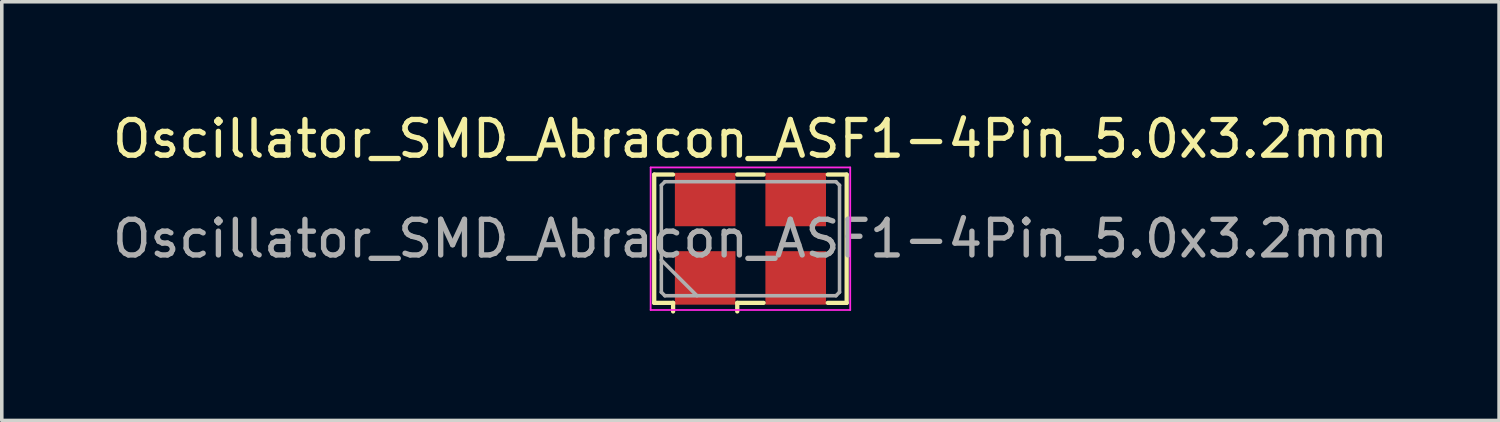
<source format=kicad_pcb>
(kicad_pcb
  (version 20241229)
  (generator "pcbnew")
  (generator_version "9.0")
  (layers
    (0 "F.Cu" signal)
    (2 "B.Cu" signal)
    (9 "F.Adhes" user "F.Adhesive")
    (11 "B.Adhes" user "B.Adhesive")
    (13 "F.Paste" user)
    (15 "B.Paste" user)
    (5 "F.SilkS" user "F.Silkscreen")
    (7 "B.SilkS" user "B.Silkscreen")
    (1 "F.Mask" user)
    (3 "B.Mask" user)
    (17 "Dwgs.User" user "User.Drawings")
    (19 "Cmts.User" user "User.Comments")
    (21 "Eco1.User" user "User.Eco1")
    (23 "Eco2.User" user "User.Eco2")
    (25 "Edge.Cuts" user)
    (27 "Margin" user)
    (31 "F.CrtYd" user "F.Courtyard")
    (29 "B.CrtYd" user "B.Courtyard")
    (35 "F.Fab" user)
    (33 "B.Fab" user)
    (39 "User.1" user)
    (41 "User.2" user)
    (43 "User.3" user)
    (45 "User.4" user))
  (footprint "Oscillator_SMD_Abracon_ASF1-4Pin_5.0x3.2mm"
    (layer "F.Cu")
    (at 18.006 3.648)
    (property "Reference" "Oscillator_SMD_Abracon_ASF1-4Pin_5.0x3.2mm" (at 0 -2.8 0) (layer "F.SilkS") (effects (font (size 1 1) (thickness 0.15))))
    (attr smd)
    (fp_line (start -2.7 -1.8) (end -2.17 -1.8) (stroke (width 0.12) (type solid)) (layer "F.SilkS"))
    (fp_line (start -2.7 1.8) (end -2.7 -1.8) (stroke (width 0.12) (type solid)) (layer "F.SilkS"))
    (fp_line (start -2.17 1.8) (end -2.7 1.8) (stroke (width 0.12) (type solid)) (layer "F.SilkS"))
    (fp_line (start -2.17 2.04) (end -2.17 1.8) (stroke (width 0.12) (type solid)) (layer "F.SilkS"))
    (fp_line (start -0.37 -1.8) (end 0.37 -1.8) (stroke (width 0.12) (type solid)) (layer "F.SilkS"))
    (fp_line (start -0.37 1.8) (end -0.37 2.04) (stroke (width 0.12) (type solid)) (layer "F.SilkS"))
    (fp_line (start 0.37 1.8) (end -0.37 1.8) (stroke (width 0.12) (type solid)) (layer "F.SilkS"))
    (fp_line (start 2.17 -1.8) (end 2.7 -1.8) (stroke (width 0.12) (type solid)) (layer "F.SilkS"))
    (fp_line (start 2.7 -1.8) (end 2.7 1.8) (stroke (width 0.12) (type solid)) (layer "F.SilkS"))
    (fp_line (start 2.7 1.8) (end 2.17 1.8) (stroke (width 0.12) (type solid)) (layer "F.SilkS"))
    (fp_line (start -2.8 -2) (end -2.8 2) (stroke (width 0.05) (type solid)) (layer "F.CrtYd"))
    (fp_line (start -2.8 2) (end 2.8 2) (stroke (width 0.05) (type solid)) (layer "F.CrtYd"))
    (fp_line (start 2.8 -2) (end -2.8 -2) (stroke (width 0.05) (type solid)) (layer "F.CrtYd"))
    (fp_line (start 2.8 2) (end 2.8 -2) (stroke (width 0.05) (type solid)) (layer "F.CrtYd"))
    (fp_line (start -2.5 -1.5) (end -2.4 -1.6) (stroke (width 0.1) (type solid)) (layer "F.Fab"))
    (fp_line (start -2.5 0.6) (end -1.5 1.6) (stroke (width 0.1) (type solid)) (layer "F.Fab"))
    (fp_line (start -2.5 1.5) (end -2.5 -1.5) (stroke (width 0.1) (type solid)) (layer "F.Fab"))
    (fp_line (start -2.4 -1.6) (end 2.4 -1.6) (stroke (width 0.1) (type solid)) (layer "F.Fab"))
    (fp_line (start -2.4 1.6) (end -2.5 1.5) (stroke (width 0.1) (type solid)) (layer "F.Fab"))
    (fp_line (start 2.4 -1.6) (end 2.5 -1.5) (stroke (width 0.1) (type solid)) (layer "F.Fab"))
    (fp_line (start 2.4 1.6) (end -2.4 1.6) (stroke (width 0.1) (type solid)) (layer "F.Fab"))
    (fp_line (start 2.5 -1.5) (end 2.5 1.5) (stroke (width 0.1) (type solid)) (layer "F.Fab"))
    (fp_line (start 2.5 1.5) (end 2.4 1.6) (stroke (width 0.1) (type solid)) (layer "F.Fab"))
    (fp_text user "${REFERENCE}" (at 0 0 0) (layer "F.Fab") (effects (font (size 1 1) (thickness 0.15))))
    (pad "1" smd rect (at -1.27 1.1) (size 1.7 1.5) (layers "F.Cu" "F.Mask" "F.Paste"))
    (pad "2" smd rect (at 1.27 1.1) (size 1.7 1.5) (layers "F.Cu" "F.Mask" "F.Paste"))
    (pad "3" smd rect (at 1.27 -1.1) (size 1.7 1.5) (layers "F.Cu" "F.Mask" "F.Paste"))
    (pad "4" smd rect (at -1.27 -1.1) (size 1.7 1.5) (layers "F.Cu" "F.Mask" "F.Paste")))
  (gr_rect
    (start -3 -3)
    (end 39.012 8.748)
    (stroke (width 0.1) (type default))
    (fill no)
    (layer "Edge.Cuts")))
</source>
